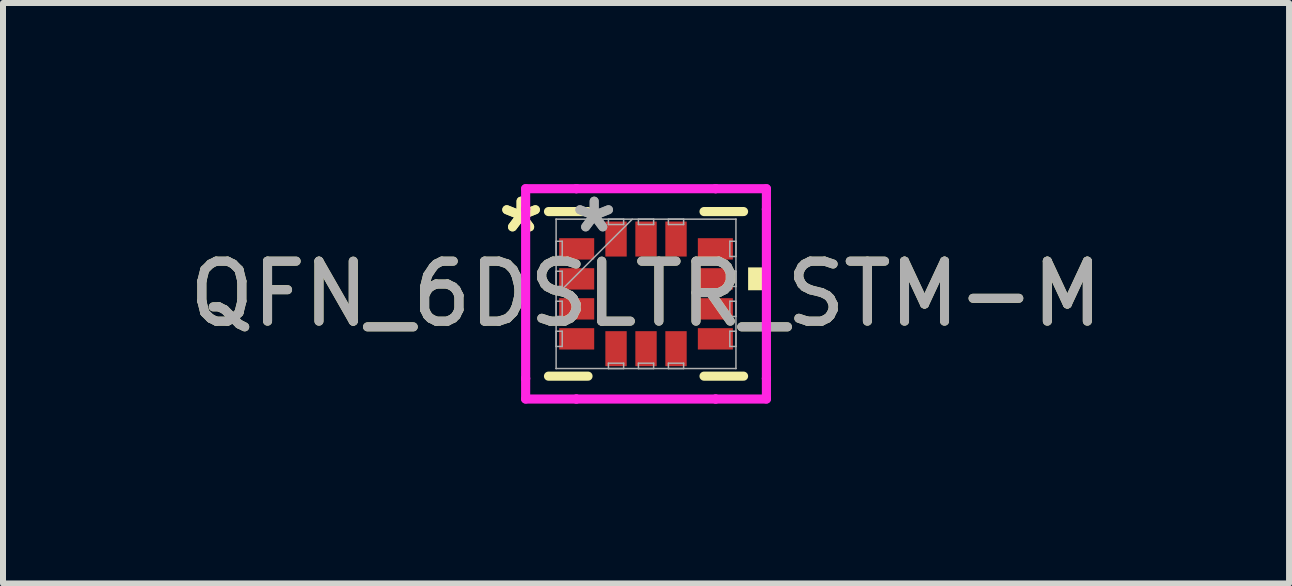
<source format=kicad_pcb>
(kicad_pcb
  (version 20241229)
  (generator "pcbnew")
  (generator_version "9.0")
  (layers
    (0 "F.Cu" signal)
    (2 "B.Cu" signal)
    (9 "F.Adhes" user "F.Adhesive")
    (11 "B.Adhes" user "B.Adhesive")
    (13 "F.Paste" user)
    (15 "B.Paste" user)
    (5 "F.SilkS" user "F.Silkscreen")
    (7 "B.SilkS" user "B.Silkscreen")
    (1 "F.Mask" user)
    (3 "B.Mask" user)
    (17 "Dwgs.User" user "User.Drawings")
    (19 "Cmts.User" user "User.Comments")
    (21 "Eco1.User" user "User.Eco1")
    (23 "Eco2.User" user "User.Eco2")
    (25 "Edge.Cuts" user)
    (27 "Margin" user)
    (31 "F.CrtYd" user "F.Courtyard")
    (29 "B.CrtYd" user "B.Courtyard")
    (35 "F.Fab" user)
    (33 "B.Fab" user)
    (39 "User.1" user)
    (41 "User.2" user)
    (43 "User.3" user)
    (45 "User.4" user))
  (footprint "QFN_6DSLTR_STM-M"
    (layer "F.Cu")
    (at 7.72 1.849)
    (property "Reference" "QFN_6DSLTR_STM-M" (at 0 0 0) (unlocked yes) (layer "F.SilkS") (effects (font (size 1 1) (thickness 0.15))))
    (attr smd)
    (fp_line (start -1.626 1.372) (end -0.967 1.372) (stroke (width 0.152) (type solid)) (layer "F.SilkS"))
    (fp_line (start -0.967 -1.372) (end -1.626 -1.372) (stroke (width 0.152) (type solid)) (layer "F.SilkS"))
    (fp_line (start 0.967 1.372) (end 1.626 1.372) (stroke (width 0.152) (type solid)) (layer "F.SilkS"))
    (fp_line (start 1.626 -1.372) (end 0.967 -1.372) (stroke (width 0.152) (type solid)) (layer "F.SilkS"))
    (fp_poly (pts (xy 1.956 -0.441) (xy 1.956 -0.06) (xy 1.702 -0.06) (xy 1.702 -0.441)) (stroke (width 0) (type solid)) (fill yes) (layer "F.SilkS"))
    (fp_line (start -2.007 -1.753) (end -1.161 -1.753) (stroke (width 0.152) (type solid)) (layer "F.CrtYd"))
    (fp_line (start -2.007 -1.411) (end -2.007 -1.753) (stroke (width 0.152) (type solid)) (layer "F.CrtYd"))
    (fp_line (start -2.007 -1.411) (end -2.007 -1.411) (stroke (width 0.152) (type solid)) (layer "F.CrtYd"))
    (fp_line (start -2.007 1.411) (end -2.007 -1.411) (stroke (width 0.152) (type solid)) (layer "F.CrtYd"))
    (fp_line (start -2.007 1.411) (end -2.007 1.411) (stroke (width 0.152) (type solid)) (layer "F.CrtYd"))
    (fp_line (start -2.007 1.753) (end -2.007 1.411) (stroke (width 0.152) (type solid)) (layer "F.CrtYd"))
    (fp_line (start -1.161 -1.753) (end -1.161 -1.753) (stroke (width 0.152) (type solid)) (layer "F.CrtYd"))
    (fp_line (start -1.161 -1.753) (end 1.161 -1.753) (stroke (width 0.152) (type solid)) (layer "F.CrtYd"))
    (fp_line (start -1.161 1.753) (end -2.007 1.753) (stroke (width 0.152) (type solid)) (layer "F.CrtYd"))
    (fp_line (start -1.161 1.753) (end -1.161 1.753) (stroke (width 0.152) (type solid)) (layer "F.CrtYd"))
    (fp_line (start 1.161 -1.753) (end 1.161 -1.753) (stroke (width 0.152) (type solid)) (layer "F.CrtYd"))
    (fp_line (start 1.161 -1.753) (end 2.007 -1.753) (stroke (width 0.152) (type solid)) (layer "F.CrtYd"))
    (fp_line (start 1.161 1.753) (end -1.161 1.753) (stroke (width 0.152) (type solid)) (layer "F.CrtYd"))
    (fp_line (start 1.161 1.753) (end 1.161 1.753) (stroke (width 0.152) (type solid)) (layer "F.CrtYd"))
    (fp_line (start 2.007 -1.753) (end 2.007 -1.411) (stroke (width 0.152) (type solid)) (layer "F.CrtYd"))
    (fp_line (start 2.007 -1.411) (end 2.007 -1.411) (stroke (width 0.152) (type solid)) (layer "F.CrtYd"))
    (fp_line (start 2.007 -1.411) (end 2.007 1.411) (stroke (width 0.152) (type solid)) (layer "F.CrtYd"))
    (fp_line (start 2.007 1.411) (end 2.007 1.411) (stroke (width 0.152) (type solid)) (layer "F.CrtYd"))
    (fp_line (start 2.007 1.411) (end 2.007 1.753) (stroke (width 0.152) (type solid)) (layer "F.CrtYd"))
    (fp_line (start 2.007 1.753) (end 1.161 1.753) (stroke (width 0.152) (type solid)) (layer "F.CrtYd"))
    (fp_line (start -1.499 -1.245) (end -1.499 -1.245) (stroke (width 0.025) (type solid)) (layer "F.Fab"))
    (fp_line (start -1.499 -1.245) (end -1.499 1.245) (stroke (width 0.025) (type solid)) (layer "F.Fab"))
    (fp_line (start -1.499 -0.877) (end -1.397 -0.877) (stroke (width 0.025) (type solid)) (layer "F.Fab"))
    (fp_line (start -1.499 -0.623) (end -1.499 -0.877) (stroke (width 0.025) (type solid)) (layer "F.Fab"))
    (fp_line (start -1.499 -0.377) (end -1.397 -0.377) (stroke (width 0.025) (type solid)) (layer "F.Fab"))
    (fp_line (start -1.499 -0.123) (end -1.499 -0.377) (stroke (width 0.025) (type solid)) (layer "F.Fab"))
    (fp_line (start -1.499 0.025) (end -0.229 -1.245) (stroke (width 0.025) (type solid)) (layer "F.Fab"))
    (fp_line (start -1.499 0.123) (end -1.397 0.123) (stroke (width 0.025) (type solid)) (layer "F.Fab"))
    (fp_line (start -1.499 0.377) (end -1.499 0.123) (stroke (width 0.025) (type solid)) (layer "F.Fab"))
    (fp_line (start -1.499 0.623) (end -1.397 0.623) (stroke (width 0.025) (type solid)) (layer "F.Fab"))
    (fp_line (start -1.499 0.877) (end -1.499 0.623) (stroke (width 0.025) (type solid)) (layer "F.Fab"))
    (fp_line (start -1.499 1.245) (end -1.499 1.245) (stroke (width 0.025) (type solid)) (layer "F.Fab"))
    (fp_line (start -1.499 1.245) (end 1.499 1.245) (stroke (width 0.025) (type solid)) (layer "F.Fab"))
    (fp_line (start -1.397 -0.877) (end -1.397 -0.623) (stroke (width 0.025) (type solid)) (layer "F.Fab"))
    (fp_line (start -1.397 -0.623) (end -1.499 -0.623) (stroke (width 0.025) (type solid)) (layer "F.Fab"))
    (fp_line (start -1.397 -0.377) (end -1.397 -0.123) (stroke (width 0.025) (type solid)) (layer "F.Fab"))
    (fp_line (start -1.397 -0.123) (end -1.499 -0.123) (stroke (width 0.025) (type solid)) (layer "F.Fab"))
    (fp_line (start -1.397 0.123) (end -1.397 0.377) (stroke (width 0.025) (type solid)) (layer "F.Fab"))
    (fp_line (start -1.397 0.377) (end -1.499 0.377) (stroke (width 0.025) (type solid)) (layer "F.Fab"))
    (fp_line (start -1.397 0.623) (end -1.397 0.877) (stroke (width 0.025) (type solid)) (layer "F.Fab"))
    (fp_line (start -1.397 0.877) (end -1.499 0.877) (stroke (width 0.025) (type solid)) (layer "F.Fab"))
    (fp_line (start -0.627 -1.245) (end -0.373 -1.245) (stroke (width 0.025) (type solid)) (layer "F.Fab"))
    (fp_line (start -0.627 -1.156) (end -0.627 -1.245) (stroke (width 0.025) (type solid)) (layer "F.Fab"))
    (fp_line (start -0.627 1.156) (end -0.373 1.156) (stroke (width 0.025) (type solid)) (layer "F.Fab"))
    (fp_line (start -0.627 1.245) (end -0.627 1.156) (stroke (width 0.025) (type solid)) (layer "F.Fab"))
    (fp_line (start -0.373 -1.245) (end -0.373 -1.156) (stroke (width 0.025) (type solid)) (layer "F.Fab"))
    (fp_line (start -0.373 -1.156) (end -0.627 -1.156) (stroke (width 0.025) (type solid)) (layer "F.Fab"))
    (fp_line (start -0.373 1.156) (end -0.373 1.245) (stroke (width 0.025) (type solid)) (layer "F.Fab"))
    (fp_line (start -0.373 1.245) (end -0.627 1.245) (stroke (width 0.025) (type solid)) (layer "F.Fab"))
    (fp_line (start -0.127 -1.245) (end 0.127 -1.245) (stroke (width 0.025) (type solid)) (layer "F.Fab"))
    (fp_line (start -0.127 -1.156) (end -0.127 -1.245) (stroke (width 0.025) (type solid)) (layer "F.Fab"))
    (fp_line (start -0.127 1.156) (end 0.127 1.156) (stroke (width 0.025) (type solid)) (layer "F.Fab"))
    (fp_line (start -0.127 1.245) (end -0.127 1.156) (stroke (width 0.025) (type solid)) (layer "F.Fab"))
    (fp_line (start 0.127 -1.245) (end 0.127 -1.156) (stroke (width 0.025) (type solid)) (layer "F.Fab"))
    (fp_line (start 0.127 -1.156) (end -0.127 -1.156) (stroke (width 0.025) (type solid)) (layer "F.Fab"))
    (fp_line (start 0.127 1.156) (end 0.127 1.245) (stroke (width 0.025) (type solid)) (layer "F.Fab"))
    (fp_line (start 0.127 1.245) (end -0.127 1.245) (stroke (width 0.025) (type solid)) (layer "F.Fab"))
    (fp_line (start 0.373 -1.245) (end 0.627 -1.245) (stroke (width 0.025) (type solid)) (layer "F.Fab"))
    (fp_line (start 0.373 -1.156) (end 0.373 -1.245) (stroke (width 0.025) (type solid)) (layer "F.Fab"))
    (fp_line (start 0.373 1.156) (end 0.627 1.156) (stroke (width 0.025) (type solid)) (layer "F.Fab"))
    (fp_line (start 0.373 1.245) (end 0.373 1.156) (stroke (width 0.025) (type solid)) (layer "F.Fab"))
    (fp_line (start 0.627 -1.245) (end 0.627 -1.156) (stroke (width 0.025) (type solid)) (layer "F.Fab"))
    (fp_line (start 0.627 -1.156) (end 0.373 -1.156) (stroke (width 0.025) (type solid)) (layer "F.Fab"))
    (fp_line (start 0.627 1.156) (end 0.627 1.245) (stroke (width 0.025) (type solid)) (layer "F.Fab"))
    (fp_line (start 0.627 1.245) (end 0.373 1.245) (stroke (width 0.025) (type solid)) (layer "F.Fab"))
    (fp_line (start 1.397 -0.877) (end 1.499 -0.877) (stroke (width 0.025) (type solid)) (layer "F.Fab"))
    (fp_line (start 1.397 -0.623) (end 1.397 -0.877) (stroke (width 0.025) (type solid)) (layer "F.Fab"))
    (fp_line (start 1.397 -0.377) (end 1.499 -0.377) (stroke (width 0.025) (type solid)) (layer "F.Fab"))
    (fp_line (start 1.397 -0.123) (end 1.397 -0.377) (stroke (width 0.025) (type solid)) (layer "F.Fab"))
    (fp_line (start 1.397 0.123) (end 1.499 0.123) (stroke (width 0.025) (type solid)) (layer "F.Fab"))
    (fp_line (start 1.397 0.377) (end 1.397 0.123) (stroke (width 0.025) (type solid)) (layer "F.Fab"))
    (fp_line (start 1.397 0.623) (end 1.499 0.623) (stroke (width 0.025) (type solid)) (layer "F.Fab"))
    (fp_line (start 1.397 0.877) (end 1.397 0.623) (stroke (width 0.025) (type solid)) (layer "F.Fab"))
    (fp_line (start 1.499 -1.245) (end -1.499 -1.245) (stroke (width 0.025) (type solid)) (layer "F.Fab"))
    (fp_line (start 1.499 -1.245) (end 1.499 -1.245) (stroke (width 0.025) (type solid)) (layer "F.Fab"))
    (fp_line (start 1.499 -0.877) (end 1.499 -0.623) (stroke (width 0.025) (type solid)) (layer "F.Fab"))
    (fp_line (start 1.499 -0.623) (end 1.397 -0.623) (stroke (width 0.025) (type solid)) (layer "F.Fab"))
    (fp_line (start 1.499 -0.377) (end 1.499 -0.123) (stroke (width 0.025) (type solid)) (layer "F.Fab"))
    (fp_line (start 1.499 -0.123) (end 1.397 -0.123) (stroke (width 0.025) (type solid)) (layer "F.Fab"))
    (fp_line (start 1.499 0.123) (end 1.499 0.377) (stroke (width 0.025) (type solid)) (layer "F.Fab"))
    (fp_line (start 1.499 0.377) (end 1.397 0.377) (stroke (width 0.025) (type solid)) (layer "F.Fab"))
    (fp_line (start 1.499 0.623) (end 1.499 0.877) (stroke (width 0.025) (type solid)) (layer "F.Fab"))
    (fp_line (start 1.499 0.877) (end 1.397 0.877) (stroke (width 0.025) (type solid)) (layer "F.Fab"))
    (fp_line (start 1.499 1.245) (end 1.499 -1.245) (stroke (width 0.025) (type solid)) (layer "F.Fab"))
    (fp_line (start 1.499 1.245) (end 1.499 1.245) (stroke (width 0.025) (type solid)) (layer "F.Fab"))
    (fp_text user "*" (at -2.083 -1 0) (layer "F.SilkS") (effects (font (size 1 1) (thickness 0.15))))
    (fp_text user "*" (at -2.083 -1 0) (unlocked yes) (layer "F.SilkS") (effects (font (size 1 1) (thickness 0.15))))
    (fp_text user "*" (at -0.864 -1 0) (layer "F.Fab") (effects (font (size 1 1) (thickness 0.15))))
    (fp_text user "*" (at -0.864 -1 0) (unlocked yes) (layer "F.Fab") (effects (font (size 1 1) (thickness 0.15))))
    (fp_text user "${REFERENCE}" (at 0 0 0) (unlocked yes) (layer "F.Fab") (effects (font (size 1 1) (thickness 0.15))))
    (pad "1" smd rect (at -1.156 -0.75 90) (size 0.356 0.584) (layers "F.Cu" "F.Mask" "F.Paste"))
    (pad "2" smd rect (at -1.156 -0.25 90) (size 0.356 0.584) (layers "F.Cu" "F.Mask" "F.Paste"))
    (pad "3" smd rect (at -1.156 0.25 90) (size 0.356 0.584) (layers "F.Cu" "F.Mask" "F.Paste"))
    (pad "4" smd rect (at -1.156 0.75 90) (size 0.356 0.584) (layers "F.Cu" "F.Mask" "F.Paste"))
    (pad "5" smd rect (at -0.5 0.914) (size 0.356 0.584) (layers "F.Cu" "F.Mask" "F.Paste"))
    (pad "6" smd rect (at 0 0.914) (size 0.356 0.584) (layers "F.Cu" "F.Mask" "F.Paste"))
    (pad "7" smd rect (at 0.5 0.914) (size 0.356 0.584) (layers "F.Cu" "F.Mask" "F.Paste"))
    (pad "8" smd rect (at 1.156 0.75 90) (size 0.356 0.584) (layers "F.Cu" "F.Mask" "F.Paste"))
    (pad "9" smd rect (at 1.156 0.25 90) (size 0.356 0.584) (layers "F.Cu" "F.Mask" "F.Paste"))
    (pad "10" smd rect (at 1.156 -0.25 90) (size 0.356 0.584) (layers "F.Cu" "F.Mask" "F.Paste"))
    (pad "11" smd rect (at 1.156 -0.75 90) (size 0.356 0.584) (layers "F.Cu" "F.Mask" "F.Paste"))
    (pad "12" smd rect (at 0.5 -0.914) (size 0.356 0.584) (layers "F.Cu" "F.Mask" "F.Paste"))
    (pad "13" smd rect (at 0 -0.914) (size 0.356 0.584) (layers "F.Cu" "F.Mask" "F.Paste"))
    (pad "14" smd rect (at -0.5 -0.914) (size 0.356 0.584) (layers "F.Cu" "F.Mask" "F.Paste")))
  (gr_rect
    (start -3 -3)
    (end 18.44 6.677)
    (stroke (width 0.1) (type default))
    (fill no)
    (layer "Edge.Cuts")))
</source>
